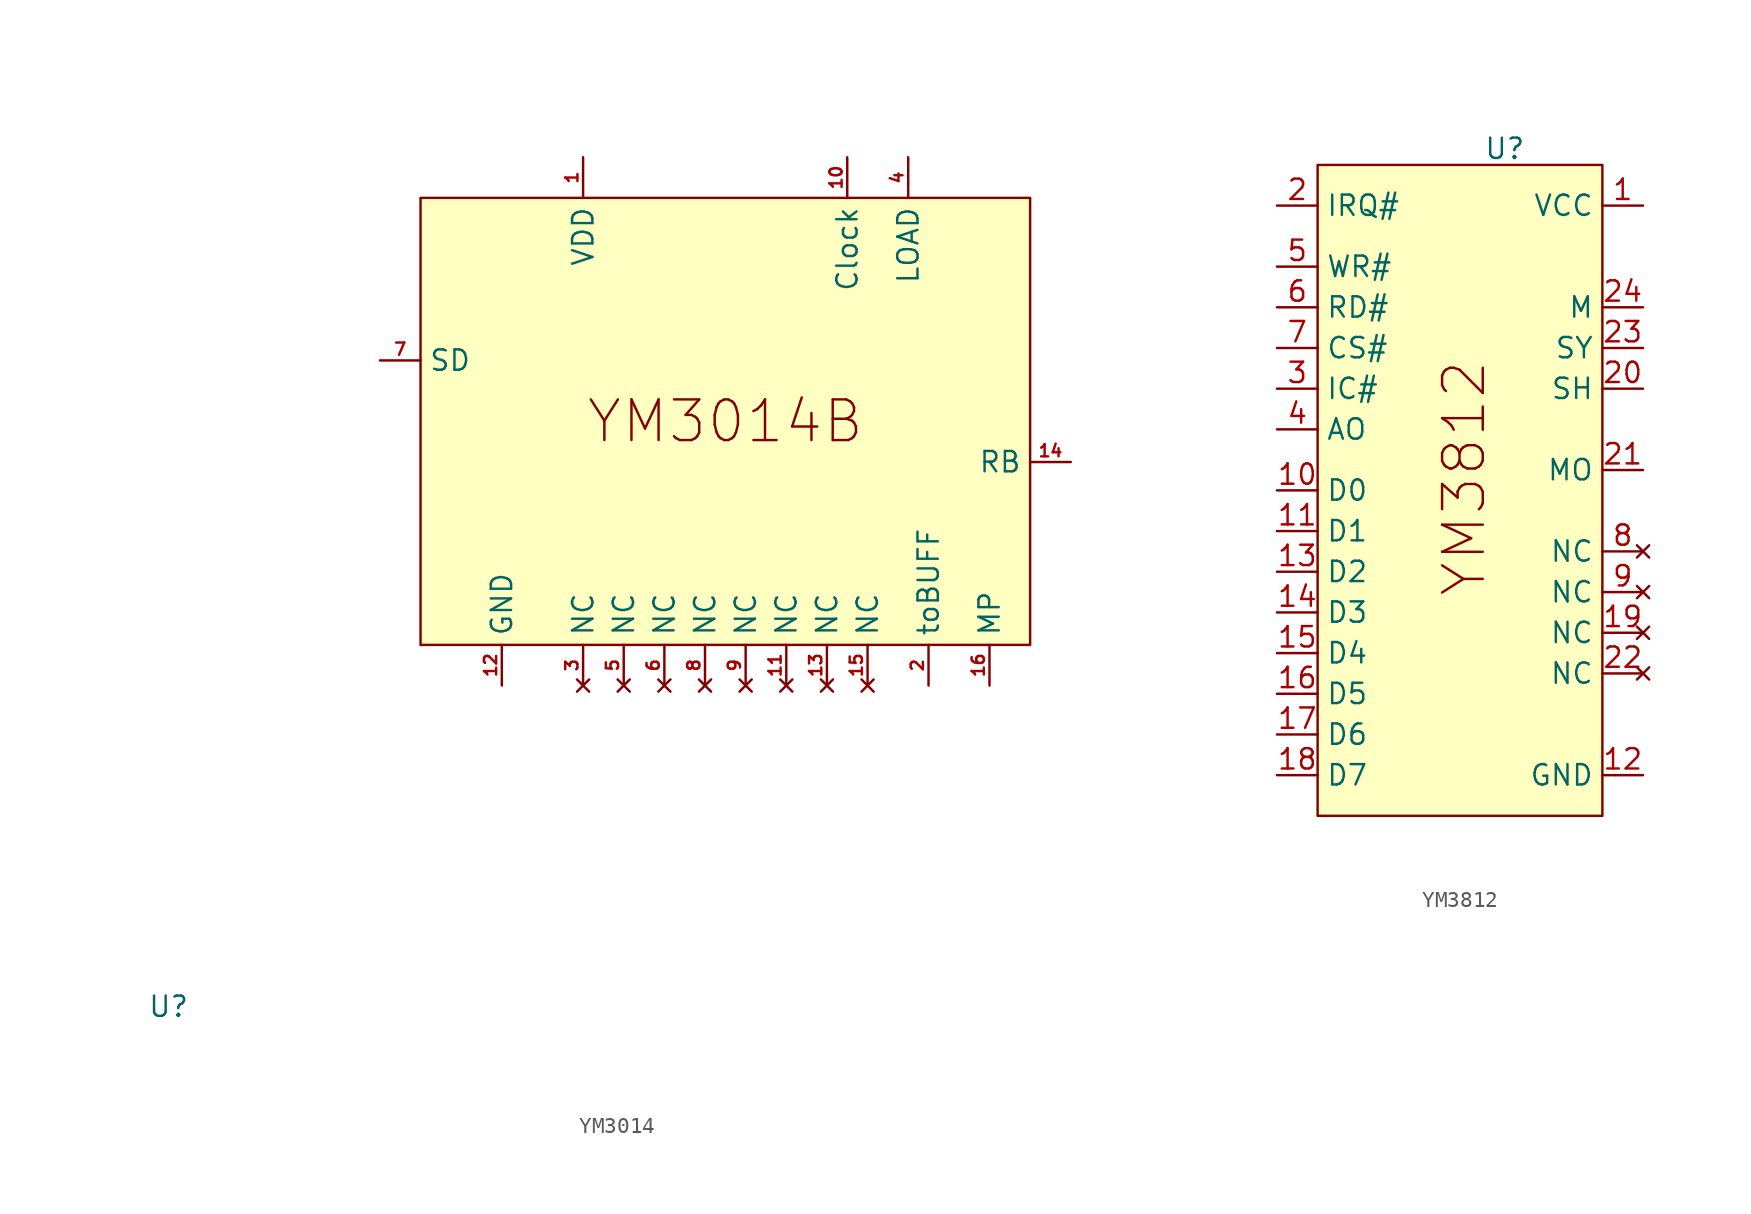
<source format=kicad_sym>
(kicad_symbol_lib
  (version 20241209)
  (generator "kicad_symbol_editor")
  (generator_version "9.0")
  (symbol "YM3014"
    (property "Reference" "U"
      (at -34.798 -36.576 0)
      (effects (font (size 1.27 1.27))))
    (property "Value" ""
      (at 0 0 0)
      (effects (font (size 1.27 1.27))))
    (symbol "YM3014_1_1"
      (rectangle (start -19.05 13.97) (end 19.05 -13.97) (stroke (width 0) (type solid)) (fill (type color) (color 255 255 194 1)))
      (text "YM3014B" (at 0 0 0) (effects (font (size 2.54 2.54))))
      (pin input line (at -21.59 3.81 0) (length 2.54) (name "SD" (effects (font (size 1.27 1.27)))) (number "7" (effects (font (size 0.762 0.762)))))
      (pin power_in line (at -13.97 -16.51 90) (length 2.54) (name "GND" (effects (font (size 1.27 1.27)))) (number "12" (effects (font (size 0.762 0.762)))))
      (pin power_in line (at -8.89 16.51 270) (length 2.54) (name "VDD" (effects (font (size 1.27 1.27)))) (number "1" (effects (font (size 0.762 0.762)))))
      (pin no_connect line (at -8.89 -16.51 90) (length 2.54) (name "NC" (effects (font (size 1.27 1.27)))) (number "3" (effects (font (size 0.762 0.762)))))
      (pin no_connect line (at -6.35 -16.51 90) (length 2.54) (name "NC" (effects (font (size 1.27 1.27)))) (number "5" (effects (font (size 0.762 0.762)))))
      (pin no_connect line (at -3.81 -16.51 90) (length 2.54) (name "NC" (effects (font (size 1.27 1.27)))) (number "6" (effects (font (size 0.762 0.762)))))
      (pin no_connect line (at -1.27 -16.51 90) (length 2.54) (name "NC" (effects (font (size 1.27 1.27)))) (number "8" (effects (font (size 0.762 0.762)))))
      (pin no_connect line (at 1.27 -16.51 90) (length 2.54) (name "NC" (effects (font (size 1.27 1.27)))) (number "9" (effects (font (size 0.762 0.762)))))
      (pin no_connect line (at 3.81 -16.51 90) (length 2.54) (name "NC" (effects (font (size 1.27 1.27)))) (number "11" (effects (font (size 0.762 0.762)))))
      (pin no_connect line (at 6.35 -16.51 90) (length 2.54) (name "NC" (effects (font (size 1.27 1.27)))) (number "13" (effects (font (size 0.762 0.762)))))
      (pin input line (at 7.62 16.51 270) (length 2.54) (name "Clock" (effects (font (size 1.27 1.27)))) (number "10" (effects (font (size 0.762 0.762)))))
      (pin no_connect line (at 8.89 -16.51 90) (length 2.54) (name "NC" (effects (font (size 1.27 1.27)))) (number "15" (effects (font (size 0.762 0.762)))))
      (pin input line (at 11.43 16.51 270) (length 2.54) (name "LOAD" (effects (font (size 1.27 1.27)))) (number "4" (effects (font (size 0.762 0.762)))))
      (pin output line (at 12.7 -16.51 90) (length 2.54) (name "toBUFF" (effects (font (size 1.27 1.27)))) (number "2" (effects (font (size 0.762 0.762)))))
      (pin input line (at 16.51 -16.51 90) (length 2.54) (name "MP" (effects (font (size 1.27 1.27)))) (number "16" (effects (font (size 0.762 0.762)))))
      (pin output line (at 21.59 -2.54 180) (length 2.54) (name "RB" (effects (font (size 1.27 1.27)))) (number "14" (effects (font (size 0.762 0.762)))))))
  (symbol "YM3812"
    (property "Reference" "U"
      (at 2.794 20.066 0)
      (effects (font (size 1.27 1.27))))
    (property "Value" ""
      (at 0 0 0)
      (effects (font (size 1.27 1.27))))
    (symbol "YM3812_1_1"
      (rectangle (start -8.89 19.05) (end 8.89 -21.59) (stroke (width 0) (type solid)) (fill (type color) (color 255 255 194 1)))
      (text "YM3812" (at 0.254 -0.508 900) (effects (font (size 2.54 2.54))))
      (pin output line (at -11.43 16.51 0) (length 2.54) (name "IRQ#" (effects (font (size 1.27 1.27)))) (number "2" (effects (font (size 1.27 1.27)))))
      (pin input line (at -11.43 12.7 0) (length 2.54) (name "WR#" (effects (font (size 1.27 1.27)))) (number "5" (effects (font (size 1.27 1.27)))))
      (pin input line (at -11.43 10.16 0) (length 2.54) (name "RD#" (effects (font (size 1.27 1.27)))) (number "6" (effects (font (size 1.27 1.27)))))
      (pin input line (at -11.43 7.62 0) (length 2.54) (name "CS#" (effects (font (size 1.27 1.27)))) (number "7" (effects (font (size 1.27 1.27)))))
      (pin input line (at -11.43 5.08 0) (length 2.54) (name "IC#" (effects (font (size 1.27 1.27)))) (number "3" (effects (font (size 1.27 1.27)))))
      (pin input line (at -11.43 2.54 0) (length 2.54) (name "AO" (effects (font (size 1.27 1.27)))) (number "4" (effects (font (size 1.27 1.27)))))
      (pin bidirectional line (at -11.43 -1.27 0) (length 2.54) (name "D0" (effects (font (size 1.27 1.27)))) (number "10" (effects (font (size 1.27 1.27)))))
      (pin bidirectional line (at -11.43 -3.81 0) (length 2.54) (name "D1" (effects (font (size 1.27 1.27)))) (number "11" (effects (font (size 1.27 1.27)))))
      (pin bidirectional line (at -11.43 -6.35 0) (length 2.54) (name "D2" (effects (font (size 1.27 1.27)))) (number "13" (effects (font (size 1.27 1.27)))))
      (pin bidirectional line (at -11.43 -8.89 0) (length 2.54) (name "D3" (effects (font (size 1.27 1.27)))) (number "14" (effects (font (size 1.27 1.27)))))
      (pin bidirectional line (at -11.43 -11.43 0) (length 2.54) (name "D4" (effects (font (size 1.27 1.27)))) (number "15" (effects (font (size 1.27 1.27)))))
      (pin bidirectional line (at -11.43 -13.97 0) (length 2.54) (name "D5" (effects (font (size 1.27 1.27)))) (number "16" (effects (font (size 1.27 1.27)))))
      (pin bidirectional line (at -11.43 -16.51 0) (length 2.54) (name "D6" (effects (font (size 1.27 1.27)))) (number "17" (effects (font (size 1.27 1.27)))))
      (pin bidirectional line (at -11.43 -19.05 0) (length 2.54) (name "D7" (effects (font (size 1.27 1.27)))) (number "18" (effects (font (size 1.27 1.27)))))
      (pin power_in line (at 11.43 16.51 180) (length 2.54) (name "VCC" (effects (font (size 1.27 1.27)))) (number "1" (effects (font (size 1.27 1.27)))))
      (pin input line (at 11.43 10.16 180) (length 2.54) (name "M" (effects (font (size 1.27 1.27)))) (number "24" (effects (font (size 1.27 1.27)))))
      (pin output line (at 11.43 7.62 180) (length 2.54) (name "SY" (effects (font (size 1.27 1.27)))) (number "23" (effects (font (size 1.27 1.27)))))
      (pin output line (at 11.43 5.08 180) (length 2.54) (name "SH" (effects (font (size 1.27 1.27)))) (number "20" (effects (font (size 1.27 1.27)))))
      (pin output line (at 11.43 0 180) (length 2.54) (name "MO" (effects (font (size 1.27 1.27)))) (number "21" (effects (font (size 1.27 1.27)))))
      (pin no_connect line (at 11.43 -5.08 180) (length 2.54) (name "NC" (effects (font (size 1.27 1.27)))) (number "8" (effects (font (size 1.27 1.27)))))
      (pin no_connect line (at 11.43 -7.62 180) (length 2.54) (name "NC" (effects (font (size 1.27 1.27)))) (number "9" (effects (font (size 1.27 1.27)))))
      (pin no_connect line (at 11.43 -10.16 180) (length 2.54) (name "NC" (effects (font (size 1.27 1.27)))) (number "19" (effects (font (size 1.27 1.27)))))
      (pin no_connect line (at 11.43 -12.7 180) (length 2.54) (name "NC" (effects (font (size 1.27 1.27)))) (number "22" (effects (font (size 1.27 1.27)))))
      (pin power_in line (at 11.43 -19.05 180) (length 2.54) (name "GND" (effects (font (size 1.27 1.27)))) (number "12" (effects (font (size 1.27 1.27))))))))
</source>
